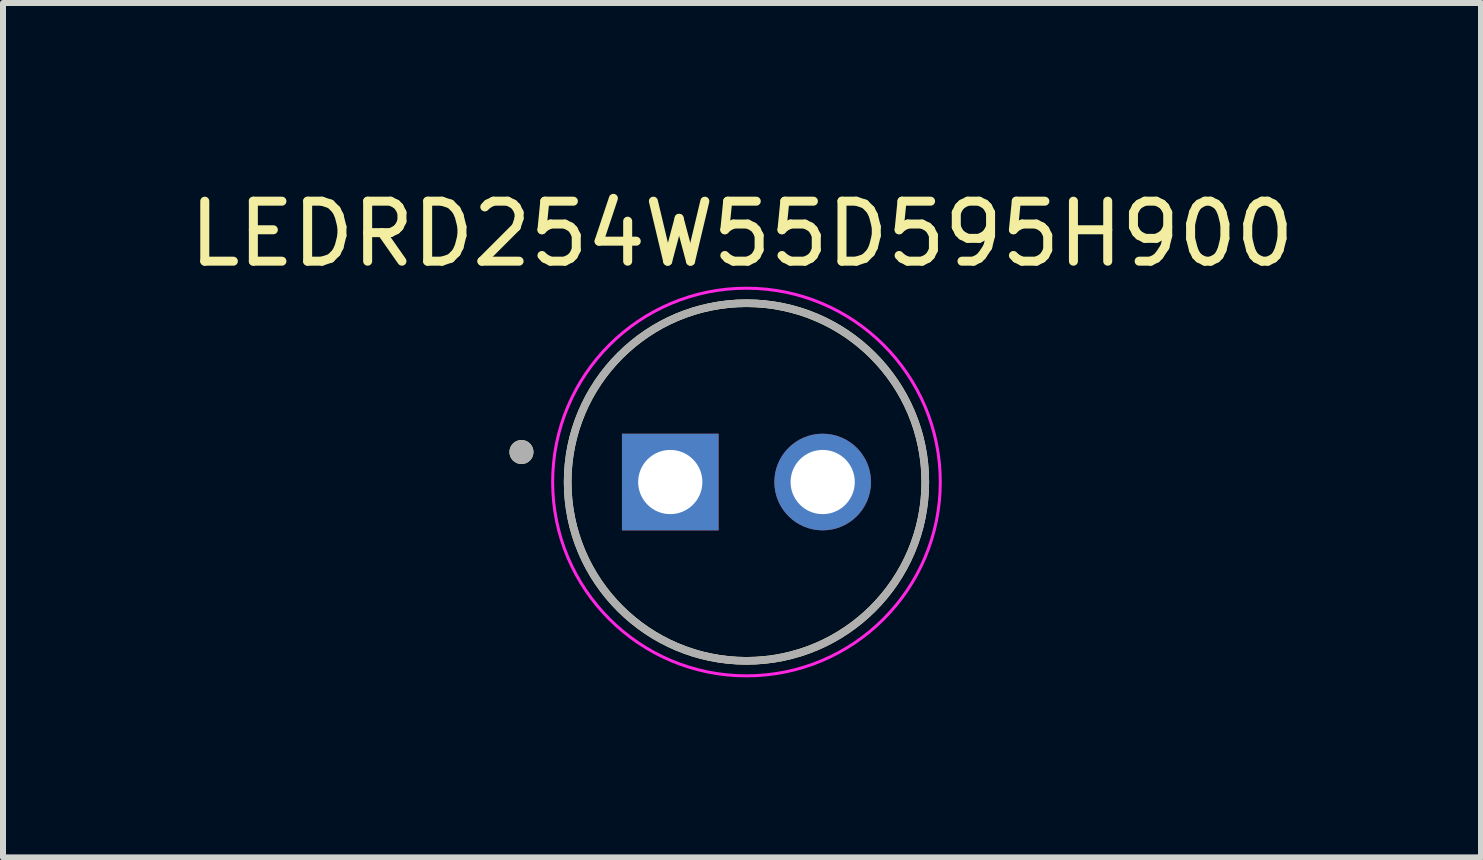
<source format=kicad_pcb>
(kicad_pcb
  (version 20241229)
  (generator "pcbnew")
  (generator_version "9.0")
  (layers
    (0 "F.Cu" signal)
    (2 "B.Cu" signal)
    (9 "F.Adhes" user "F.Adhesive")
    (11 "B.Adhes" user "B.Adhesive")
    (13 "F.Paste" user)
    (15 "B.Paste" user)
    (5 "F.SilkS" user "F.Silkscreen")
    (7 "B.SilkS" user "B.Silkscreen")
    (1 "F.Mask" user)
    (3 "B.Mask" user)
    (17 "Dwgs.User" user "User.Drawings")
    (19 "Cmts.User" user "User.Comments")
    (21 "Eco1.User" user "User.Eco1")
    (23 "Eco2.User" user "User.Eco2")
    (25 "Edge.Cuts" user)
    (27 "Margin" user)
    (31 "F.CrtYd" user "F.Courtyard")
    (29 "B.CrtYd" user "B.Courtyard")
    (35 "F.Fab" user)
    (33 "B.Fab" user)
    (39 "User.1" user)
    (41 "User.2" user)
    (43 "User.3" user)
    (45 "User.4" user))
  (footprint "LEDRD254W55D595H900"
    (layer "F.Cu")
    (at 9.39 4.983)
    (property "Reference" "LEDRD254W55D595H900" (at -0.075 -4.135 0) (layer "F.SilkS") (effects (font (size 1 1) (thickness 0.15))))
    (attr through_hole)
    (fp_circle (center -3.75 -0.5) (end -3.65 -0.5) (stroke (width 0.2) (type solid)) (fill no) (layer "F.SilkS"))
    (fp_circle (center 0 0) (end 2.98 0) (stroke (width 0.127) (type solid)) (fill no) (layer "F.SilkS"))
    (fp_circle (center 0 0) (end 3.23 0) (stroke (width 0.05) (type solid)) (fill no) (layer "F.CrtYd"))
    (fp_circle (center -3.75 -0.5) (end -3.65 -0.5) (stroke (width 0.2) (type solid)) (fill no) (layer "F.Fab"))
    (fp_circle (center 0 0) (end 2.98 0) (stroke (width 0.127) (type solid)) (fill no) (layer "F.Fab"))
    (pad "A" thru_hole circle (at 1.27 0) (size 1.61 1.61) (drill 1.07) (layers "*.Cu" "*.Mask"))
    (pad "C" thru_hole rect (at -1.27 0) (size 1.61 1.61) (drill 1.07) (layers "*.Cu" "*.Mask")))
  (gr_rect
    (start -3 -3)
    (end 21.631 11.238)
    (stroke (width 0.1) (type default))
    (fill no)
    (layer "Edge.Cuts")))
</source>
